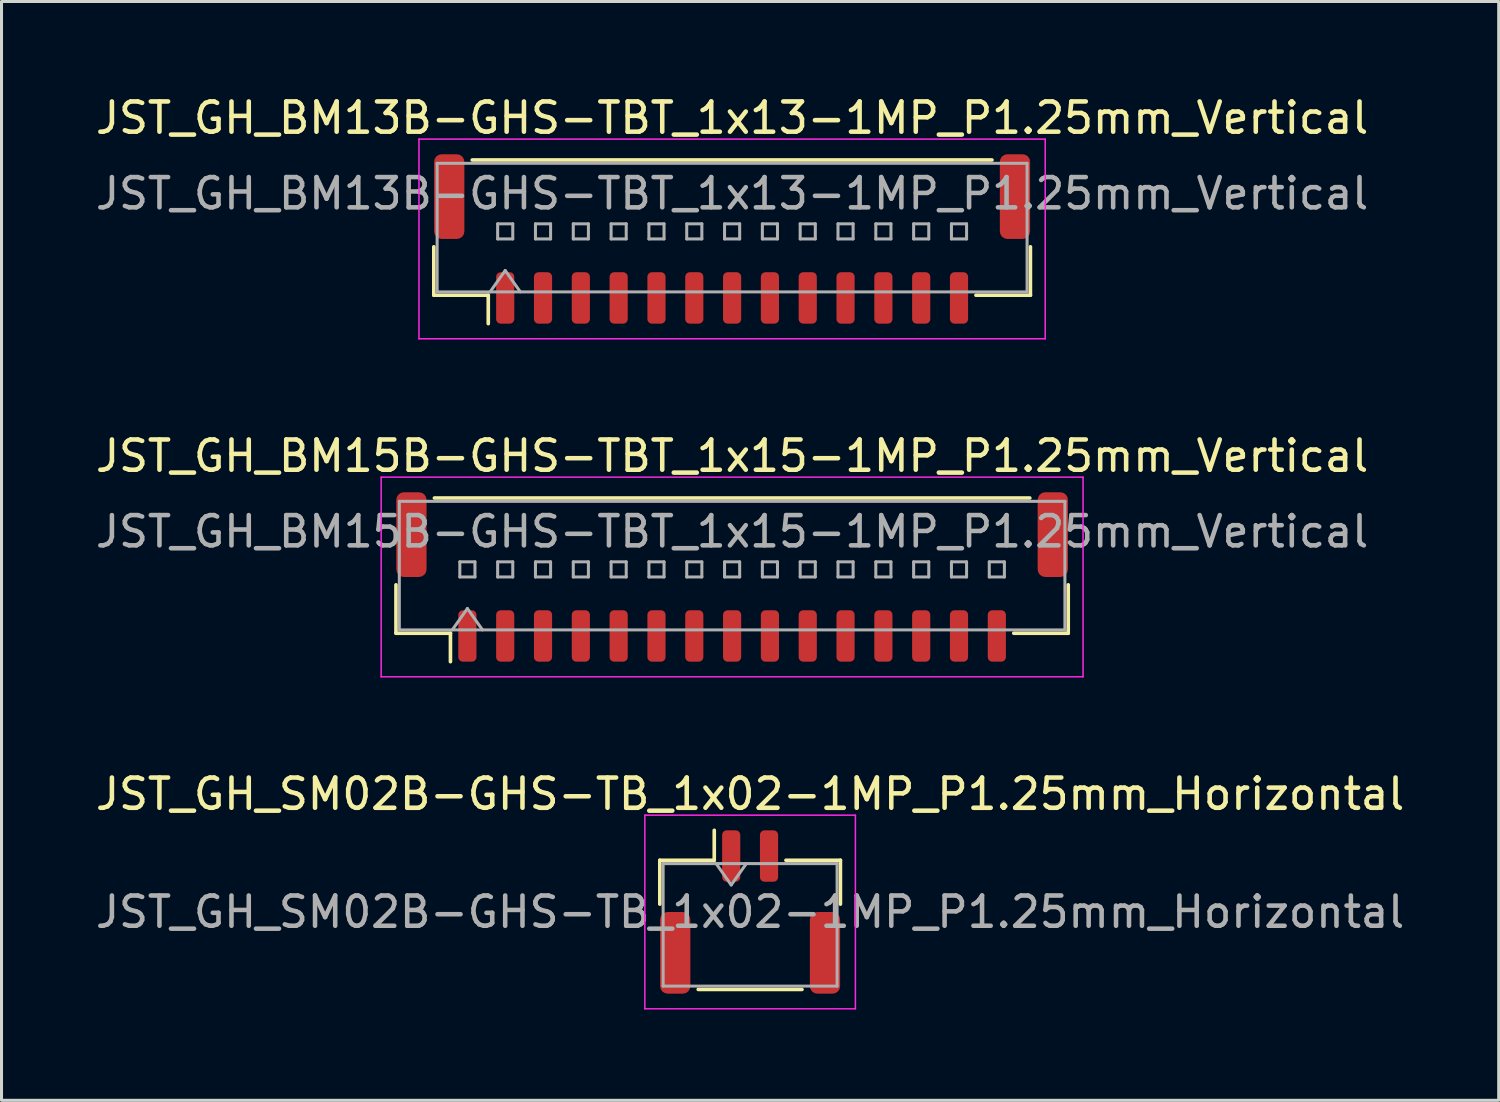
<source format=kicad_pcb>
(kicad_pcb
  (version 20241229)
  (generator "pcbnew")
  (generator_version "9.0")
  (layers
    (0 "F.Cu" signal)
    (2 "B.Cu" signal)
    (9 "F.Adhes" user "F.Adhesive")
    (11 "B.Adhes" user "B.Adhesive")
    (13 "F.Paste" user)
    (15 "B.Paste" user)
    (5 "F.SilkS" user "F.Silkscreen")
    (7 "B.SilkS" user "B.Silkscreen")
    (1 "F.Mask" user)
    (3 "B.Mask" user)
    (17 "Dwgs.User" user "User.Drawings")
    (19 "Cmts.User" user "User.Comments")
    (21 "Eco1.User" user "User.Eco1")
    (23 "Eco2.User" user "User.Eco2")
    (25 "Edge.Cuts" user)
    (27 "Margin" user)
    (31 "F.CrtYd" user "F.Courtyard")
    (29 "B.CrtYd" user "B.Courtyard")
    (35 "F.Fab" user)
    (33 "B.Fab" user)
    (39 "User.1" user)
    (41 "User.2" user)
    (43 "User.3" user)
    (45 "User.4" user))
  (footprint "JST_GH_BM13B-GHS-TBT_1x13-1MP_P1.25mm_Vertical"
    (layer "F.Cu")
    (at 21.149 4.848)
    (property "Reference" "JST_GH_BM13B-GHS-TBT_1x13-1MP_P1.25mm_Vertical" (at 0 -4 0) (layer "F.SilkS") (effects (font (size 1 1) (thickness 0.15))))
    (attr smd)
    (fp_line (start -9.86 0.26) (end -9.86 1.86) (stroke (width 0.12) (type solid)) (layer "F.SilkS"))
    (fp_line (start -9.86 1.86) (end -8.06 1.86) (stroke (width 0.12) (type solid)) (layer "F.SilkS"))
    (fp_line (start -8.59 -2.61) (end 8.59 -2.61) (stroke (width 0.12) (type solid)) (layer "F.SilkS"))
    (fp_line (start -8.06 1.86) (end -8.06 2.8) (stroke (width 0.12) (type solid)) (layer "F.SilkS"))
    (fp_line (start 9.86 0.26) (end 9.86 1.86) (stroke (width 0.12) (type solid)) (layer "F.SilkS"))
    (fp_line (start 9.86 1.86) (end 8.06 1.86) (stroke (width 0.12) (type solid)) (layer "F.SilkS"))
    (fp_line (start -10.35 -3.3) (end -10.35 3.3) (stroke (width 0.05) (type solid)) (layer "F.CrtYd"))
    (fp_line (start -10.35 3.3) (end 10.35 3.3) (stroke (width 0.05) (type solid)) (layer "F.CrtYd"))
    (fp_line (start 10.35 -3.3) (end -10.35 -3.3) (stroke (width 0.05) (type solid)) (layer "F.CrtYd"))
    (fp_line (start 10.35 3.3) (end 10.35 -3.3) (stroke (width 0.05) (type solid)) (layer "F.CrtYd"))
    (fp_line (start -9.75 -2.5) (end 9.75 -2.5) (stroke (width 0.1) (type solid)) (layer "F.Fab"))
    (fp_line (start -9.75 1.75) (end -9.75 -2.5) (stroke (width 0.1) (type solid)) (layer "F.Fab"))
    (fp_line (start -9.75 1.75) (end 9.75 1.75) (stroke (width 0.1) (type solid)) (layer "F.Fab"))
    (fp_line (start -8 1.75) (end -7.5 1.043) (stroke (width 0.1) (type solid)) (layer "F.Fab"))
    (fp_line (start -7.75 -0.5) (end -7.75 0) (stroke (width 0.1) (type solid)) (layer "F.Fab"))
    (fp_line (start -7.75 0) (end -7.25 0) (stroke (width 0.1) (type solid)) (layer "F.Fab"))
    (fp_line (start -7.5 1.043) (end -7 1.75) (stroke (width 0.1) (type solid)) (layer "F.Fab"))
    (fp_line (start -7.25 -0.5) (end -7.75 -0.5) (stroke (width 0.1) (type solid)) (layer "F.Fab"))
    (fp_line (start -7.25 0) (end -7.25 -0.5) (stroke (width 0.1) (type solid)) (layer "F.Fab"))
    (fp_line (start -6.5 -0.5) (end -6.5 0) (stroke (width 0.1) (type solid)) (layer "F.Fab"))
    (fp_line (start -6.5 0) (end -6 0) (stroke (width 0.1) (type solid)) (layer "F.Fab"))
    (fp_line (start -6 -0.5) (end -6.5 -0.5) (stroke (width 0.1) (type solid)) (layer "F.Fab"))
    (fp_line (start -6 0) (end -6 -0.5) (stroke (width 0.1) (type solid)) (layer "F.Fab"))
    (fp_line (start -5.25 -0.5) (end -5.25 0) (stroke (width 0.1) (type solid)) (layer "F.Fab"))
    (fp_line (start -5.25 0) (end -4.75 0) (stroke (width 0.1) (type solid)) (layer "F.Fab"))
    (fp_line (start -4.75 -0.5) (end -5.25 -0.5) (stroke (width 0.1) (type solid)) (layer "F.Fab"))
    (fp_line (start -4.75 0) (end -4.75 -0.5) (stroke (width 0.1) (type solid)) (layer "F.Fab"))
    (fp_line (start -4 -0.5) (end -4 0) (stroke (width 0.1) (type solid)) (layer "F.Fab"))
    (fp_line (start -4 0) (end -3.5 0) (stroke (width 0.1) (type solid)) (layer "F.Fab"))
    (fp_line (start -3.5 -0.5) (end -4 -0.5) (stroke (width 0.1) (type solid)) (layer "F.Fab"))
    (fp_line (start -3.5 0) (end -3.5 -0.5) (stroke (width 0.1) (type solid)) (layer "F.Fab"))
    (fp_line (start -2.75 -0.5) (end -2.75 0) (stroke (width 0.1) (type solid)) (layer "F.Fab"))
    (fp_line (start -2.75 0) (end -2.25 0) (stroke (width 0.1) (type solid)) (layer "F.Fab"))
    (fp_line (start -2.25 -0.5) (end -2.75 -0.5) (stroke (width 0.1) (type solid)) (layer "F.Fab"))
    (fp_line (start -2.25 0) (end -2.25 -0.5) (stroke (width 0.1) (type solid)) (layer "F.Fab"))
    (fp_line (start -1.5 -0.5) (end -1.5 0) (stroke (width 0.1) (type solid)) (layer "F.Fab"))
    (fp_line (start -1.5 0) (end -1 0) (stroke (width 0.1) (type solid)) (layer "F.Fab"))
    (fp_line (start -1 -0.5) (end -1.5 -0.5) (stroke (width 0.1) (type solid)) (layer "F.Fab"))
    (fp_line (start -1 0) (end -1 -0.5) (stroke (width 0.1) (type solid)) (layer "F.Fab"))
    (fp_line (start -0.25 -0.5) (end -0.25 0) (stroke (width 0.1) (type solid)) (layer "F.Fab"))
    (fp_line (start -0.25 0) (end 0.25 0) (stroke (width 0.1) (type solid)) (layer "F.Fab"))
    (fp_line (start 0.25 -0.5) (end -0.25 -0.5) (stroke (width 0.1) (type solid)) (layer "F.Fab"))
    (fp_line (start 0.25 0) (end 0.25 -0.5) (stroke (width 0.1) (type solid)) (layer "F.Fab"))
    (fp_line (start 1 -0.5) (end 1 0) (stroke (width 0.1) (type solid)) (layer "F.Fab"))
    (fp_line (start 1 0) (end 1.5 0) (stroke (width 0.1) (type solid)) (layer "F.Fab"))
    (fp_line (start 1.5 -0.5) (end 1 -0.5) (stroke (width 0.1) (type solid)) (layer "F.Fab"))
    (fp_line (start 1.5 0) (end 1.5 -0.5) (stroke (width 0.1) (type solid)) (layer "F.Fab"))
    (fp_line (start 2.25 -0.5) (end 2.25 0) (stroke (width 0.1) (type solid)) (layer "F.Fab"))
    (fp_line (start 2.25 0) (end 2.75 0) (stroke (width 0.1) (type solid)) (layer "F.Fab"))
    (fp_line (start 2.75 -0.5) (end 2.25 -0.5) (stroke (width 0.1) (type solid)) (layer "F.Fab"))
    (fp_line (start 2.75 0) (end 2.75 -0.5) (stroke (width 0.1) (type solid)) (layer "F.Fab"))
    (fp_line (start 3.5 -0.5) (end 3.5 0) (stroke (width 0.1) (type solid)) (layer "F.Fab"))
    (fp_line (start 3.5 0) (end 4 0) (stroke (width 0.1) (type solid)) (layer "F.Fab"))
    (fp_line (start 4 -0.5) (end 3.5 -0.5) (stroke (width 0.1) (type solid)) (layer "F.Fab"))
    (fp_line (start 4 0) (end 4 -0.5) (stroke (width 0.1) (type solid)) (layer "F.Fab"))
    (fp_line (start 4.75 -0.5) (end 4.75 0) (stroke (width 0.1) (type solid)) (layer "F.Fab"))
    (fp_line (start 4.75 0) (end 5.25 0) (stroke (width 0.1) (type solid)) (layer "F.Fab"))
    (fp_line (start 5.25 -0.5) (end 4.75 -0.5) (stroke (width 0.1) (type solid)) (layer "F.Fab"))
    (fp_line (start 5.25 0) (end 5.25 -0.5) (stroke (width 0.1) (type solid)) (layer "F.Fab"))
    (fp_line (start 6 -0.5) (end 6 0) (stroke (width 0.1) (type solid)) (layer "F.Fab"))
    (fp_line (start 6 0) (end 6.5 0) (stroke (width 0.1) (type solid)) (layer "F.Fab"))
    (fp_line (start 6.5 -0.5) (end 6 -0.5) (stroke (width 0.1) (type solid)) (layer "F.Fab"))
    (fp_line (start 6.5 0) (end 6.5 -0.5) (stroke (width 0.1) (type solid)) (layer "F.Fab"))
    (fp_line (start 7.25 -0.5) (end 7.25 0) (stroke (width 0.1) (type solid)) (layer "F.Fab"))
    (fp_line (start 7.25 0) (end 7.75 0) (stroke (width 0.1) (type solid)) (layer "F.Fab"))
    (fp_line (start 7.75 -0.5) (end 7.25 -0.5) (stroke (width 0.1) (type solid)) (layer "F.Fab"))
    (fp_line (start 7.75 0) (end 7.75 -0.5) (stroke (width 0.1) (type solid)) (layer "F.Fab"))
    (fp_line (start 9.75 1.75) (end 9.75 -2.5) (stroke (width 0.1) (type solid)) (layer "F.Fab"))
    (fp_text user "${REFERENCE}" (at 0 -1.5 0) (layer "F.Fab") (effects (font (size 1 1) (thickness 0.15))))
    (pad "1" smd roundrect (at -7.5 1.95) (size 0.6 1.7) (layers "F.Cu" "F.Mask" "F.Paste") (roundrect_rratio 0.25))
    (pad "2" smd roundrect (at -6.25 1.95) (size 0.6 1.7) (layers "F.Cu" "F.Mask" "F.Paste") (roundrect_rratio 0.25))
    (pad "3" smd roundrect (at -5 1.95) (size 0.6 1.7) (layers "F.Cu" "F.Mask" "F.Paste") (roundrect_rratio 0.25))
    (pad "4" smd roundrect (at -3.75 1.95) (size 0.6 1.7) (layers "F.Cu" "F.Mask" "F.Paste") (roundrect_rratio 0.25))
    (pad "5" smd roundrect (at -2.5 1.95) (size 0.6 1.7) (layers "F.Cu" "F.Mask" "F.Paste") (roundrect_rratio 0.25))
    (pad "6" smd roundrect (at -1.25 1.95) (size 0.6 1.7) (layers "F.Cu" "F.Mask" "F.Paste") (roundrect_rratio 0.25))
    (pad "7" smd roundrect (at 0 1.95) (size 0.6 1.7) (layers "F.Cu" "F.Mask" "F.Paste") (roundrect_rratio 0.25))
    (pad "8" smd roundrect (at 1.25 1.95) (size 0.6 1.7) (layers "F.Cu" "F.Mask" "F.Paste") (roundrect_rratio 0.25))
    (pad "9" smd roundrect (at 2.5 1.95) (size 0.6 1.7) (layers "F.Cu" "F.Mask" "F.Paste") (roundrect_rratio 0.25))
    (pad "10" smd roundrect (at 3.75 1.95) (size 0.6 1.7) (layers "F.Cu" "F.Mask" "F.Paste") (roundrect_rratio 0.25))
    (pad "11" smd roundrect (at 5 1.95) (size 0.6 1.7) (layers "F.Cu" "F.Mask" "F.Paste") (roundrect_rratio 0.25))
    (pad "12" smd roundrect (at 6.25 1.95) (size 0.6 1.7) (layers "F.Cu" "F.Mask" "F.Paste") (roundrect_rratio 0.25))
    (pad "13" smd roundrect (at 7.5 1.95) (size 0.6 1.7) (layers "F.Cu" "F.Mask" "F.Paste") (roundrect_rratio 0.25))
    (pad "MP" smd roundrect (at -9.35 -1.4) (size 1 2.8) (layers "F.Cu" "F.Mask" "F.Paste") (roundrect_rratio 0.25))
    (pad "MP" smd roundrect (at 9.35 -1.4) (size 1 2.8) (layers "F.Cu" "F.Mask" "F.Paste") (roundrect_rratio 0.25)))
  (footprint "JST_GH_SM02B-GHS-TB_1x02-1MP_P1.25mm_Horizontal"
    (layer "F.Cu")
    (at 21.744 27.095)
    (property "Reference" "JST_GH_SM02B-GHS-TB_1x02-1MP_P1.25mm_Horizontal" (at 0 -3.9 0) (layer "F.SilkS") (effects (font (size 1 1) (thickness 0.15))))
    (attr smd)
    (fp_line (start -2.985 -1.71) (end -1.185 -1.71) (stroke (width 0.12) (type solid)) (layer "F.SilkS"))
    (fp_line (start -2.985 -0.26) (end -2.985 -1.71) (stroke (width 0.12) (type solid)) (layer "F.SilkS"))
    (fp_line (start -1.715 2.56) (end 1.715 2.56) (stroke (width 0.12) (type solid)) (layer "F.SilkS"))
    (fp_line (start -1.185 -1.71) (end -1.185 -2.7) (stroke (width 0.12) (type solid)) (layer "F.SilkS"))
    (fp_line (start 2.985 -1.71) (end 1.185 -1.71) (stroke (width 0.12) (type solid)) (layer "F.SilkS"))
    (fp_line (start 2.985 -0.26) (end 2.985 -1.71) (stroke (width 0.12) (type solid)) (layer "F.SilkS"))
    (fp_line (start -3.48 -3.2) (end -3.48 3.2) (stroke (width 0.05) (type solid)) (layer "F.CrtYd"))
    (fp_line (start -3.48 3.2) (end 3.48 3.2) (stroke (width 0.05) (type solid)) (layer "F.CrtYd"))
    (fp_line (start 3.48 -3.2) (end -3.48 -3.2) (stroke (width 0.05) (type solid)) (layer "F.CrtYd"))
    (fp_line (start 3.48 3.2) (end 3.48 -3.2) (stroke (width 0.05) (type solid)) (layer "F.CrtYd"))
    (fp_line (start -2.875 -1.6) (end -2.875 2.45) (stroke (width 0.1) (type solid)) (layer "F.Fab"))
    (fp_line (start -2.875 -1.6) (end 2.875 -1.6) (stroke (width 0.1) (type solid)) (layer "F.Fab"))
    (fp_line (start -2.875 2.45) (end 2.875 2.45) (stroke (width 0.1) (type solid)) (layer "F.Fab"))
    (fp_line (start -1.125 -1.6) (end -0.625 -0.893) (stroke (width 0.1) (type solid)) (layer "F.Fab"))
    (fp_line (start -0.625 -0.893) (end -0.125 -1.6) (stroke (width 0.1) (type solid)) (layer "F.Fab"))
    (fp_line (start 2.875 -1.6) (end 2.875 2.45) (stroke (width 0.1) (type solid)) (layer "F.Fab"))
    (fp_text user "${REFERENCE}" (at 0 0 0) (layer "F.Fab") (effects (font (size 1 1) (thickness 0.15))))
    (pad "1" smd roundrect (at -0.625 -1.85) (size 0.6 1.7) (layers "F.Cu" "F.Mask" "F.Paste") (roundrect_rratio 0.25))
    (pad "2" smd roundrect (at 0.625 -1.85) (size 0.6 1.7) (layers "F.Cu" "F.Mask" "F.Paste") (roundrect_rratio 0.25))
    (pad "MP" smd roundrect (at -2.475 1.35) (size 1 2.7) (layers "F.Cu" "F.Mask" "F.Paste") (roundrect_rratio 0.25))
    (pad "MP" smd roundrect (at 2.475 1.35) (size 1 2.7) (layers "F.Cu" "F.Mask" "F.Paste") (roundrect_rratio 0.25)))
  (footprint "JST_GH_BM15B-GHS-TBT_1x15-1MP_P1.25mm_Vertical"
    (layer "F.Cu")
    (at 21.149 16.021)
    (property "Reference" "JST_GH_BM15B-GHS-TBT_1x15-1MP_P1.25mm_Vertical" (at 0 -4 0) (layer "F.SilkS") (effects (font (size 1 1) (thickness 0.15))))
    (attr smd)
    (fp_line (start -11.11 0.26) (end -11.11 1.86) (stroke (width 0.12) (type solid)) (layer "F.SilkS"))
    (fp_line (start -11.11 1.86) (end -9.31 1.86) (stroke (width 0.12) (type solid)) (layer "F.SilkS"))
    (fp_line (start -9.84 -2.61) (end 9.84 -2.61) (stroke (width 0.12) (type solid)) (layer "F.SilkS"))
    (fp_line (start -9.31 1.86) (end -9.31 2.8) (stroke (width 0.12) (type solid)) (layer "F.SilkS"))
    (fp_line (start 11.11 0.26) (end 11.11 1.86) (stroke (width 0.12) (type solid)) (layer "F.SilkS"))
    (fp_line (start 11.11 1.86) (end 9.31 1.86) (stroke (width 0.12) (type solid)) (layer "F.SilkS"))
    (fp_line (start -11.6 -3.3) (end -11.6 3.3) (stroke (width 0.05) (type solid)) (layer "F.CrtYd"))
    (fp_line (start -11.6 3.3) (end 11.6 3.3) (stroke (width 0.05) (type solid)) (layer "F.CrtYd"))
    (fp_line (start 11.6 -3.3) (end -11.6 -3.3) (stroke (width 0.05) (type solid)) (layer "F.CrtYd"))
    (fp_line (start 11.6 3.3) (end 11.6 -3.3) (stroke (width 0.05) (type solid)) (layer "F.CrtYd"))
    (fp_line (start -11 -2.5) (end 11 -2.5) (stroke (width 0.1) (type solid)) (layer "F.Fab"))
    (fp_line (start -11 1.75) (end -11 -2.5) (stroke (width 0.1) (type solid)) (layer "F.Fab"))
    (fp_line (start -11 1.75) (end 11 1.75) (stroke (width 0.1) (type solid)) (layer "F.Fab"))
    (fp_line (start -9.25 1.75) (end -8.75 1.043) (stroke (width 0.1) (type solid)) (layer "F.Fab"))
    (fp_line (start -9 -0.5) (end -9 0) (stroke (width 0.1) (type solid)) (layer "F.Fab"))
    (fp_line (start -9 0) (end -8.5 0) (stroke (width 0.1) (type solid)) (layer "F.Fab"))
    (fp_line (start -8.75 1.043) (end -8.25 1.75) (stroke (width 0.1) (type solid)) (layer "F.Fab"))
    (fp_line (start -8.5 -0.5) (end -9 -0.5) (stroke (width 0.1) (type solid)) (layer "F.Fab"))
    (fp_line (start -8.5 0) (end -8.5 -0.5) (stroke (width 0.1) (type solid)) (layer "F.Fab"))
    (fp_line (start -7.75 -0.5) (end -7.75 0) (stroke (width 0.1) (type solid)) (layer "F.Fab"))
    (fp_line (start -7.75 0) (end -7.25 0) (stroke (width 0.1) (type solid)) (layer "F.Fab"))
    (fp_line (start -7.25 -0.5) (end -7.75 -0.5) (stroke (width 0.1) (type solid)) (layer "F.Fab"))
    (fp_line (start -7.25 0) (end -7.25 -0.5) (stroke (width 0.1) (type solid)) (layer "F.Fab"))
    (fp_line (start -6.5 -0.5) (end -6.5 0) (stroke (width 0.1) (type solid)) (layer "F.Fab"))
    (fp_line (start -6.5 0) (end -6 0) (stroke (width 0.1) (type solid)) (layer "F.Fab"))
    (fp_line (start -6 -0.5) (end -6.5 -0.5) (stroke (width 0.1) (type solid)) (layer "F.Fab"))
    (fp_line (start -6 0) (end -6 -0.5) (stroke (width 0.1) (type solid)) (layer "F.Fab"))
    (fp_line (start -5.25 -0.5) (end -5.25 0) (stroke (width 0.1) (type solid)) (layer "F.Fab"))
    (fp_line (start -5.25 0) (end -4.75 0) (stroke (width 0.1) (type solid)) (layer "F.Fab"))
    (fp_line (start -4.75 -0.5) (end -5.25 -0.5) (stroke (width 0.1) (type solid)) (layer "F.Fab"))
    (fp_line (start -4.75 0) (end -4.75 -0.5) (stroke (width 0.1) (type solid)) (layer "F.Fab"))
    (fp_line (start -4 -0.5) (end -4 0) (stroke (width 0.1) (type solid)) (layer "F.Fab"))
    (fp_line (start -4 0) (end -3.5 0) (stroke (width 0.1) (type solid)) (layer "F.Fab"))
    (fp_line (start -3.5 -0.5) (end -4 -0.5) (stroke (width 0.1) (type solid)) (layer "F.Fab"))
    (fp_line (start -3.5 0) (end -3.5 -0.5) (stroke (width 0.1) (type solid)) (layer "F.Fab"))
    (fp_line (start -2.75 -0.5) (end -2.75 0) (stroke (width 0.1) (type solid)) (layer "F.Fab"))
    (fp_line (start -2.75 0) (end -2.25 0) (stroke (width 0.1) (type solid)) (layer "F.Fab"))
    (fp_line (start -2.25 -0.5) (end -2.75 -0.5) (stroke (width 0.1) (type solid)) (layer "F.Fab"))
    (fp_line (start -2.25 0) (end -2.25 -0.5) (stroke (width 0.1) (type solid)) (layer "F.Fab"))
    (fp_line (start -1.5 -0.5) (end -1.5 0) (stroke (width 0.1) (type solid)) (layer "F.Fab"))
    (fp_line (start -1.5 0) (end -1 0) (stroke (width 0.1) (type solid)) (layer "F.Fab"))
    (fp_line (start -1 -0.5) (end -1.5 -0.5) (stroke (width 0.1) (type solid)) (layer "F.Fab"))
    (fp_line (start -1 0) (end -1 -0.5) (stroke (width 0.1) (type solid)) (layer "F.Fab"))
    (fp_line (start -0.25 -0.5) (end -0.25 0) (stroke (width 0.1) (type solid)) (layer "F.Fab"))
    (fp_line (start -0.25 0) (end 0.25 0) (stroke (width 0.1) (type solid)) (layer "F.Fab"))
    (fp_line (start 0.25 -0.5) (end -0.25 -0.5) (stroke (width 0.1) (type solid)) (layer "F.Fab"))
    (fp_line (start 0.25 0) (end 0.25 -0.5) (stroke (width 0.1) (type solid)) (layer "F.Fab"))
    (fp_line (start 1 -0.5) (end 1 0) (stroke (width 0.1) (type solid)) (layer "F.Fab"))
    (fp_line (start 1 0) (end 1.5 0) (stroke (width 0.1) (type solid)) (layer "F.Fab"))
    (fp_line (start 1.5 -0.5) (end 1 -0.5) (stroke (width 0.1) (type solid)) (layer "F.Fab"))
    (fp_line (start 1.5 0) (end 1.5 -0.5) (stroke (width 0.1) (type solid)) (layer "F.Fab"))
    (fp_line (start 2.25 -0.5) (end 2.25 0) (stroke (width 0.1) (type solid)) (layer "F.Fab"))
    (fp_line (start 2.25 0) (end 2.75 0) (stroke (width 0.1) (type solid)) (layer "F.Fab"))
    (fp_line (start 2.75 -0.5) (end 2.25 -0.5) (stroke (width 0.1) (type solid)) (layer "F.Fab"))
    (fp_line (start 2.75 0) (end 2.75 -0.5) (stroke (width 0.1) (type solid)) (layer "F.Fab"))
    (fp_line (start 3.5 -0.5) (end 3.5 0) (stroke (width 0.1) (type solid)) (layer "F.Fab"))
    (fp_line (start 3.5 0) (end 4 0) (stroke (width 0.1) (type solid)) (layer "F.Fab"))
    (fp_line (start 4 -0.5) (end 3.5 -0.5) (stroke (width 0.1) (type solid)) (layer "F.Fab"))
    (fp_line (start 4 0) (end 4 -0.5) (stroke (width 0.1) (type solid)) (layer "F.Fab"))
    (fp_line (start 4.75 -0.5) (end 4.75 0) (stroke (width 0.1) (type solid)) (layer "F.Fab"))
    (fp_line (start 4.75 0) (end 5.25 0) (stroke (width 0.1) (type solid)) (layer "F.Fab"))
    (fp_line (start 5.25 -0.5) (end 4.75 -0.5) (stroke (width 0.1) (type solid)) (layer "F.Fab"))
    (fp_line (start 5.25 0) (end 5.25 -0.5) (stroke (width 0.1) (type solid)) (layer "F.Fab"))
    (fp_line (start 6 -0.5) (end 6 0) (stroke (width 0.1) (type solid)) (layer "F.Fab"))
    (fp_line (start 6 0) (end 6.5 0) (stroke (width 0.1) (type solid)) (layer "F.Fab"))
    (fp_line (start 6.5 -0.5) (end 6 -0.5) (stroke (width 0.1) (type solid)) (layer "F.Fab"))
    (fp_line (start 6.5 0) (end 6.5 -0.5) (stroke (width 0.1) (type solid)) (layer "F.Fab"))
    (fp_line (start 7.25 -0.5) (end 7.25 0) (stroke (width 0.1) (type solid)) (layer "F.Fab"))
    (fp_line (start 7.25 0) (end 7.75 0) (stroke (width 0.1) (type solid)) (layer "F.Fab"))
    (fp_line (start 7.75 -0.5) (end 7.25 -0.5) (stroke (width 0.1) (type solid)) (layer "F.Fab"))
    (fp_line (start 7.75 0) (end 7.75 -0.5) (stroke (width 0.1) (type solid)) (layer "F.Fab"))
    (fp_line (start 8.5 -0.5) (end 8.5 0) (stroke (width 0.1) (type solid)) (layer "F.Fab"))
    (fp_line (start 8.5 0) (end 9 0) (stroke (width 0.1) (type solid)) (layer "F.Fab"))
    (fp_line (start 9 -0.5) (end 8.5 -0.5) (stroke (width 0.1) (type solid)) (layer "F.Fab"))
    (fp_line (start 9 0) (end 9 -0.5) (stroke (width 0.1) (type solid)) (layer "F.Fab"))
    (fp_line (start 11 1.75) (end 11 -2.5) (stroke (width 0.1) (type solid)) (layer "F.Fab"))
    (fp_text user "${REFERENCE}" (at 0 -1.5 0) (layer "F.Fab") (effects (font (size 1 1) (thickness 0.15))))
    (pad "1" smd roundrect (at -8.75 1.95) (size 0.6 1.7) (layers "F.Cu" "F.Mask" "F.Paste") (roundrect_rratio 0.25))
    (pad "2" smd roundrect (at -7.5 1.95) (size 0.6 1.7) (layers "F.Cu" "F.Mask" "F.Paste") (roundrect_rratio 0.25))
    (pad "3" smd roundrect (at -6.25 1.95) (size 0.6 1.7) (layers "F.Cu" "F.Mask" "F.Paste") (roundrect_rratio 0.25))
    (pad "4" smd roundrect (at -5 1.95) (size 0.6 1.7) (layers "F.Cu" "F.Mask" "F.Paste") (roundrect_rratio 0.25))
    (pad "5" smd roundrect (at -3.75 1.95) (size 0.6 1.7) (layers "F.Cu" "F.Mask" "F.Paste") (roundrect_rratio 0.25))
    (pad "6" smd roundrect (at -2.5 1.95) (size 0.6 1.7) (layers "F.Cu" "F.Mask" "F.Paste") (roundrect_rratio 0.25))
    (pad "7" smd roundrect (at -1.25 1.95) (size 0.6 1.7) (layers "F.Cu" "F.Mask" "F.Paste") (roundrect_rratio 0.25))
    (pad "8" smd roundrect (at 0 1.95) (size 0.6 1.7) (layers "F.Cu" "F.Mask" "F.Paste") (roundrect_rratio 0.25))
    (pad "9" smd roundrect (at 1.25 1.95) (size 0.6 1.7) (layers "F.Cu" "F.Mask" "F.Paste") (roundrect_rratio 0.25))
    (pad "10" smd roundrect (at 2.5 1.95) (size 0.6 1.7) (layers "F.Cu" "F.Mask" "F.Paste") (roundrect_rratio 0.25))
    (pad "11" smd roundrect (at 3.75 1.95) (size 0.6 1.7) (layers "F.Cu" "F.Mask" "F.Paste") (roundrect_rratio 0.25))
    (pad "12" smd roundrect (at 5 1.95) (size 0.6 1.7) (layers "F.Cu" "F.Mask" "F.Paste") (roundrect_rratio 0.25))
    (pad "13" smd roundrect (at 6.25 1.95) (size 0.6 1.7) (layers "F.Cu" "F.Mask" "F.Paste") (roundrect_rratio 0.25))
    (pad "14" smd roundrect (at 7.5 1.95) (size 0.6 1.7) (layers "F.Cu" "F.Mask" "F.Paste") (roundrect_rratio 0.25))
    (pad "15" smd roundrect (at 8.75 1.95) (size 0.6 1.7) (layers "F.Cu" "F.Mask" "F.Paste") (roundrect_rratio 0.25))
    (pad "MP" smd roundrect (at -10.6 -1.4) (size 1 2.8) (layers "F.Cu" "F.Mask" "F.Paste") (roundrect_rratio 0.25))
    (pad "MP" smd roundrect (at 10.6 -1.4) (size 1 2.8) (layers "F.Cu" "F.Mask" "F.Paste") (roundrect_rratio 0.25)))
  (gr_rect
    (start -3 -3)
    (end 46.488 33.32)
    (stroke (width 0.1) (type default))
    (fill no)
    (layer "Edge.Cuts")))
</source>
